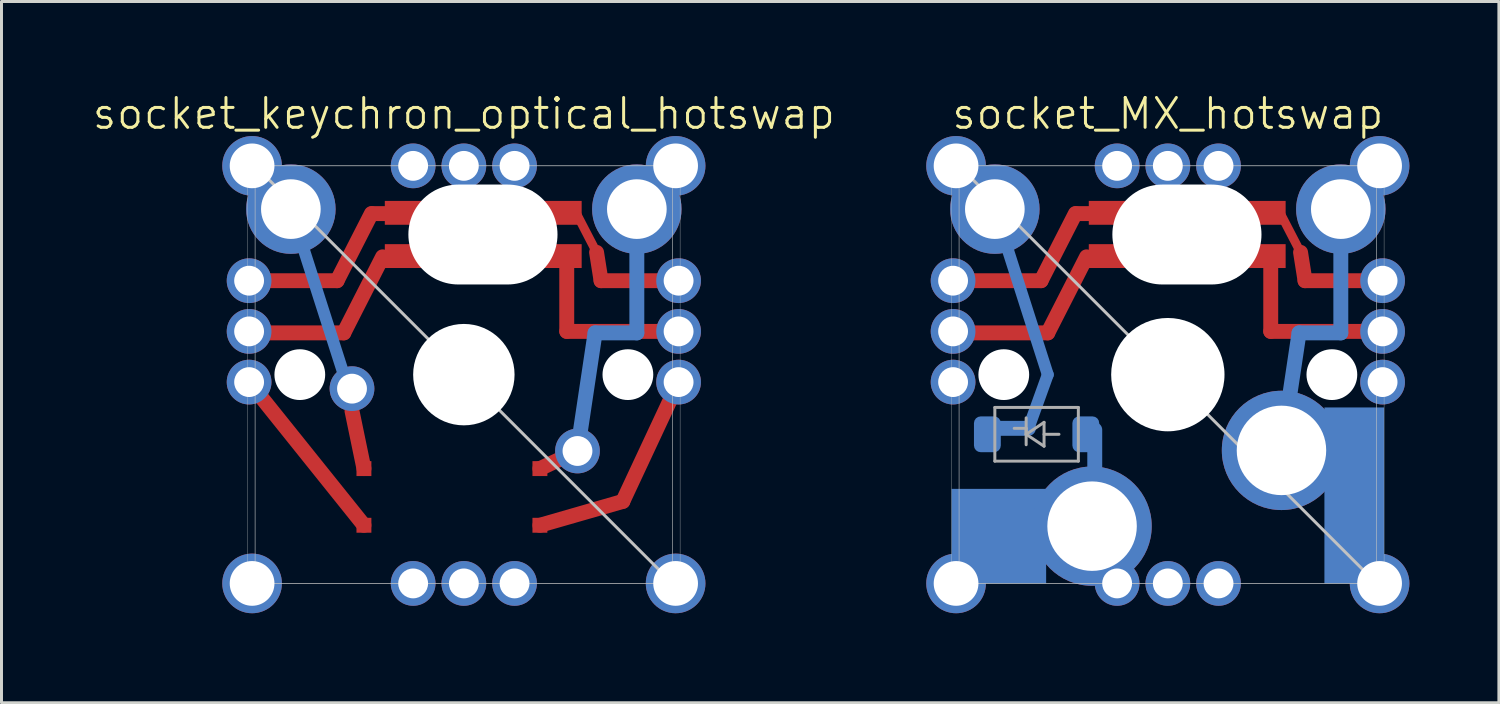
<source format=kicad_pcb>
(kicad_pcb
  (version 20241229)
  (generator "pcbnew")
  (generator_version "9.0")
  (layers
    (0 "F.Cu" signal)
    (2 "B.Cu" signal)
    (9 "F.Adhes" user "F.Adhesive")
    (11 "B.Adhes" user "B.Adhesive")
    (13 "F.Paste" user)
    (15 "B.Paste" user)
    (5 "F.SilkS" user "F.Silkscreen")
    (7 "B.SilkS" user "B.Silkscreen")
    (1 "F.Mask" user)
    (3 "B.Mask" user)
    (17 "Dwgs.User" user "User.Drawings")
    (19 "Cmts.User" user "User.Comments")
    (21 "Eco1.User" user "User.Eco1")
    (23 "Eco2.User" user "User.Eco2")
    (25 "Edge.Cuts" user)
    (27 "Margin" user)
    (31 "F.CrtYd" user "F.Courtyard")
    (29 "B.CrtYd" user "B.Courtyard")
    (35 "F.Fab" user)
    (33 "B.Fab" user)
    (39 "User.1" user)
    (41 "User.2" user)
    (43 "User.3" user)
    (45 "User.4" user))
  (footprint "socket_keychron_optical_hotswap"
    (layer "F.Cu")
    (at 12.502 9.511)
    (property "Reference" "socket_keychron_optical_hotswap" (at 0 -8.75 0) (unlocked yes) (layer "F.SilkS") (effects (font (size 1 1) (thickness 0.1))))
    (fp_line (start -4.25 -3.15) (end -6.775 -3.15) (stroke (width 0.5) (type default)) (layer "F.Cu"))
    (fp_line (start -4.025 -1.4) (end -6.9 -1.4) (stroke (width 0.5) (type default)) (layer "F.Cu"))
    (fp_line (start -3.35 3.15) (end -3.75 1.22) (stroke (width 0.5) (type default)) (layer "F.Cu"))
    (fp_line (start -3.35 5.05) (end -7.2 0.25) (stroke (width 0.5) (type default)) (layer "F.Cu"))
    (fp_line (start -3.1 -5.4) (end -4.25 -3.15) (stroke (width 0.5) (type default)) (layer "F.Cu"))
    (fp_line (start -2.725 -3.95) (end -4.025 -1.4) (stroke (width 0.5) (type default)) (layer "F.Cu"))
    (fp_line (start -2.425 -5.4) (end -3.075 -5.4) (stroke (width 0.5) (type default)) (layer "F.Cu"))
    (fp_line (start 2.55 3.15) (end 3.81 2.56) (stroke (width 0.5) (type default)) (layer "F.Cu"))
    (fp_line (start 2.55 5.05) (end 5.33 4.25) (stroke (width 0.5) (type solid)) (layer "F.Cu"))
    (fp_line (start 3.45 -1.45) (end 3.45 -3.9) (stroke (width 0.5) (type default)) (layer "F.Cu"))
    (fp_line (start 4.45 -4.1) (end 3.75 -5.45) (stroke (width 0.3) (type default)) (layer "F.Cu"))
    (fp_line (start 4.6 -3.15) (end 4.45 -4.1) (stroke (width 0.5) (type default)) (layer "F.Cu"))
    (fp_line (start 5.33 4.25) (end 7.2 0.25) (stroke (width 0.5) (type default)) (layer "F.Cu"))
    (fp_line (start 6.725 -3.15) (end 4.6 -3.15) (stroke (width 0.5) (type default)) (layer "F.Cu"))
    (fp_line (start 7.2 -1.45) (end 3.45 -1.45) (stroke (width 0.5) (type default)) (layer "F.Cu"))
    (fp_line (start -4.025 0) (end -5.8 -5.55) (stroke (width 0.4) (type default)) (layer "B.Cu"))
    (fp_line (start 4.4 -1.4) (end 3.81 2.54) (stroke (width 0.5) (type default)) (layer "B.Cu"))
    (fp_line (start 5.8 -5.55) (end 5.8 -1.4) (stroke (width 0.5) (type default)) (layer "B.Cu"))
    (fp_line (start 5.8 -1.4) (end 4.4 -1.4) (stroke (width 0.5) (type default)) (layer "B.Cu"))
    (fp_line (start -7 -7) (end 7 7) (stroke (width 0.1) (type default)) (layer "Dwgs.User"))
    (fp_line (start -6.999 -7) (end 7 -7) (stroke (width 0.02) (type solid)) (layer "Dwgs.User"))
    (fp_line (start -6.999 7) (end -6.999 -7) (stroke (width 0.02) (type solid)) (layer "Dwgs.User"))
    (fp_line (start 7 -7) (end 7 7) (stroke (width 0.02) (type solid)) (layer "Dwgs.User"))
    (fp_line (start 7 7) (end -6.999 7) (stroke (width 0.02) (type solid)) (layer "Dwgs.User"))
    (fp_line (start -6.9 6.9) (end 6.9 6.9) (stroke (width 0.15) (type solid)) (layer "Eco2.User"))
    (fp_line (start -1.776 -3.09) (end -1.776 -6.29) (stroke (width 0.15) (type solid)) (layer "Eco2.User"))
    (fp_line (start -1.776 -3.09) (end 3.05 -3.09) (stroke (width 0.15) (type solid)) (layer "Eco2.User"))
    (fp_line (start 3.05 -6.29) (end -1.776 -6.29) (stroke (width 0.15) (type solid)) (layer "Eco2.User"))
    (fp_line (start 3.05 -3.09) (end 3.05 -6.29) (stroke (width 0.15) (type solid)) (layer "Eco2.User"))
    (fp_line (start 6.9 -6.9) (end 6.9 6.9) (stroke (width 0.15) (type solid)) (layer "Eco2.User"))
    (fp_line (start -7.25 -6.7) (end -7.25 6.7) (stroke (width 0.01) (type default)) (layer "Edge.Cuts"))
    (fp_line (start -6.95 7) (end 6.95 7) (stroke (width 0.01) (type default)) (layer "Edge.Cuts"))
    (fp_line (start 6.95 -7) (end -6.95 -7) (stroke (width 0.01) (type default)) (layer "Edge.Cuts"))
    (fp_line (start 7.25 6.7) (end 7.25 -6.7) (stroke (width 0.01) (type default)) (layer "Edge.Cuts"))
    (fp_arc (start -7.25 6.7) (mid -7.037868 6.787868) (end -6.95 7) (stroke (width 0.01) (type default)) (layer "Edge.Cuts"))
    (fp_arc (start -6.95 -7) (mid -7.037868 -6.787868) (end -7.25 -6.7) (stroke (width 0.01) (type default)) (layer "Edge.Cuts"))
    (fp_arc (start 6.95 7) (mid 7.037868 6.787868) (end 7.25 6.7) (stroke (width 0.01) (type default)) (layer "Edge.Cuts"))
    (fp_arc (start 7.25 -6.7) (mid 7.037868 -6.787868) (end 6.95 -7) (stroke (width 0.01) (type default)) (layer "Edge.Cuts"))
    (fp_line (start -0.95 -6.1) (end 2.25 -6.1) (stroke (width 0.127) (type solid)) (layer "F.Fab"))
    (fp_line (start -0.95 -3.3) (end -0.95 -6.1) (stroke (width 0.127) (type solid)) (layer "F.Fab"))
    (fp_line (start 2.25 -6.1) (end 2.25 -3.3) (stroke (width 0.127) (type solid)) (layer "F.Fab"))
    (fp_line (start 2.25 -3.3) (end -0.95 -3.3) (stroke (width 0.127) (type solid)) (layer "F.Fab"))
    (pad "" thru_hole circle (at -7.2 0.25) (size 1.5 1.5) (drill 1) (layers "*.Cu" "*.Mask"))
    (pad "" thru_hole circle (at -7.1 7 90) (size 2 2) (drill 1.5) (layers "*.Cu" "*.Mask"))
    (pad "" thru_hole circle (at -5.8 -5.55) (size 3 3) (drill 2) (layers "*.Cu" "*.Mask"))
    (pad "" np_thru_hole circle (at -5.5 0 180) (size 1.702 1.702) (drill 1.702) (layers "*.Cu" "*.Mask"))
    (pad "" thru_hole circle (at -3.75 0.47 90) (size 1.5 1.5) (drill 1) (layers "*.Cu" "*.Mask"))
    (pad "" smd rect (at -3.35 3.15) (size 0.5 0.5) (layers "F.Cu" "F.Mask" "F.Paste"))
    (pad "" smd rect (at -3.35 5.05) (size 0.5 0.5) (layers "F.Cu" "F.Mask" "F.Paste"))
    (pad "" smd rect (at -1.95 -5.425) (size 1.4 0.8) (layers "*.Paste" "*.Mask" "F.Cu"))
    (pad "" smd rect (at -1.95 -3.975) (size 1.4 0.8) (layers "*.Paste" "*.Mask" "F.Cu"))
    (pad "" thru_hole circle (at -1.7 -7 90) (size 1.5 1.5) (drill 1) (layers "*.Cu" "*.Mask"))
    (pad "" thru_hole circle (at -1.7 7 90) (size 1.5 1.5) (drill 1) (layers "*.Cu" "*.Mask"))
    (pad "" thru_hole circle (at 0 -7 90) (size 1.5 1.5) (drill 1) (layers "*.Cu" "*.Mask"))
    (pad "" np_thru_hole circle (at 0 0) (size 3.4 3.4) (drill 3.4) (layers "*.Cu" "*.Mask"))
    (pad "" thru_hole circle (at 0 7 90) (size 1.5 1.5) (drill 1) (layers "*.Cu" "*.Mask"))
    (pad "" np_thru_hole oval (at 0.64 -4.698 180) (size 5 3.35) (drill oval 5 3.35) (layers "*.Cu" "*.Mask"))
    (pad "" np_thru_hole circle (at 0.65 -4.7) (size 3.3 3.3) (drill 3.3) (layers "*.Cu" "*.Mask"))
    (pad "" thru_hole circle (at 1.7 -7 90) (size 1.5 1.5) (drill 1) (layers "*.Cu" "*.Mask"))
    (pad "" thru_hole circle (at 1.7 7 90) (size 1.5 1.5) (drill 1) (layers "*.Cu" "*.Mask"))
    (pad "" smd rect (at 2.55 3.15) (size 0.5 0.5) (layers "F.Cu" "F.Mask" "F.Paste"))
    (pad "" smd rect (at 2.55 5.05) (size 0.5 0.5) (layers "F.Cu" "F.Mask" "F.Paste"))
    (pad "" smd rect (at 3.25 -5.425) (size 1.4 0.8) (layers "*.Paste" "*.Mask" "F.Cu"))
    (pad "" smd rect (at 3.25 -3.975) (size 1.4 0.8) (layers "*.Paste" "*.Mask" "F.Cu"))
    (pad "" thru_hole circle (at 3.81 2.56) (size 1.5 1.5) (drill 1) (layers "*.Cu" "*.Mask"))
    (pad "" np_thru_hole circle (at 5.5 0 180) (size 1.702 1.702) (drill 1.702) (layers "*.Cu" "*.Mask"))
    (pad "" thru_hole circle (at 5.8 -5.55) (size 3 3) (drill 2) (layers "*.Cu" "*.Mask"))
    (pad "" thru_hole circle (at 7.1 7 90) (size 2 2) (drill 1.5) (layers "*.Cu" "*.Mask"))
    (pad "" thru_hole circle (at 7.2 0.25) (size 1.5 1.5) (drill 1) (layers "*.Cu" "*.Mask"))
    (pad "1" thru_hole circle (at -7.1 -7) (size 2 2) (drill 1.5) (layers "*.Cu" "*.Mask"))
    (pad "2" thru_hole circle (at 7.1 -7) (size 2 2) (drill 1.5) (layers "*.Cu" "*.Mask"))
    (pad "3" thru_hole circle (at 7.2 -3.15) (size 1.5 1.5) (drill 1) (layers "*.Cu" "*.Mask"))
    (pad "4" thru_hole circle (at -7.2 -3.15) (size 1.5 1.5) (drill 1) (layers "*.Cu" "*.Mask"))
    (pad "5" thru_hole circle (at -7.2 -1.45) (size 1.5 1.5) (drill 1) (layers "*.Cu" "*.Mask"))
    (pad "6" thru_hole circle (at 7.2 -1.45) (size 1.5 1.5) (drill 1) (layers "*.Cu" "*.Mask")))
  (footprint "socket_MX_hotswap"
    (layer "F.Cu")
    (at 36.105 9.511)
    (property "Reference" "socket_MX_hotswap" (at 0 -8.75 0) (unlocked yes) (layer "F.SilkS") (effects (font (size 1 1) (thickness 0.1))))
    (fp_line (start -4.25 -3.15) (end -6.775 -3.15) (stroke (width 0.5) (type default)) (layer "F.Cu"))
    (fp_line (start -4.025 -1.4) (end -6.9 -1.4) (stroke (width 0.5) (type default)) (layer "F.Cu"))
    (fp_line (start -3.1 -5.4) (end -4.25 -3.15) (stroke (width 0.5) (type default)) (layer "F.Cu"))
    (fp_line (start -2.725 -3.95) (end -4.025 -1.4) (stroke (width 0.5) (type default)) (layer "F.Cu"))
    (fp_line (start -2.425 -5.4) (end -3.075 -5.4) (stroke (width 0.5) (type default)) (layer "F.Cu"))
    (fp_line (start 3.45 -1.45) (end 3.45 -3.9) (stroke (width 0.5) (type default)) (layer "F.Cu"))
    (fp_line (start 4.45 -4.1) (end 3.75 -5.45) (stroke (width 0.3) (type default)) (layer "F.Cu"))
    (fp_line (start 4.6 -3.15) (end 4.45 -4.1) (stroke (width 0.5) (type default)) (layer "F.Cu"))
    (fp_line (start 6.725 -3.15) (end 4.6 -3.15) (stroke (width 0.5) (type default)) (layer "F.Cu"))
    (fp_line (start 7.2 -1.45) (end 3.45 -1.45) (stroke (width 0.5) (type default)) (layer "F.Cu"))
    (fp_line (start -4.675 1.8) (end -6.05 1.8) (stroke (width 0.5) (type default)) (layer "B.Cu"))
    (fp_line (start -4.675 1.8) (end -4.025 0) (stroke (width 0.4) (type default)) (layer "B.Cu"))
    (fp_line (start -4.025 0) (end -5.8 -5.55) (stroke (width 0.4) (type default)) (layer "B.Cu"))
    (fp_line (start -2.45 1.85) (end -2.45 3.3) (stroke (width 0.5) (type default)) (layer "B.Cu"))
    (fp_line (start 4.4 -1.4) (end 3.81 2.54) (stroke (width 0.5) (type default)) (layer "B.Cu"))
    (fp_line (start 5.8 -5.55) (end 5.8 -1.4) (stroke (width 0.5) (type default)) (layer "B.Cu"))
    (fp_line (start 5.8 -1.4) (end 4.4 -1.4) (stroke (width 0.5) (type default)) (layer "B.Cu"))
    (fp_line (start -7 -7) (end 7 7) (stroke (width 0.1) (type default)) (layer "Dwgs.User"))
    (fp_line (start -6.999 -7) (end 7 -7) (stroke (width 0.02) (type solid)) (layer "Dwgs.User"))
    (fp_line (start -6.999 7) (end -6.999 -7) (stroke (width 0.02) (type solid)) (layer "Dwgs.User"))
    (fp_line (start 7 -7) (end 7 7) (stroke (width 0.02) (type solid)) (layer "Dwgs.User"))
    (fp_line (start 7 7) (end -6.999 7) (stroke (width 0.02) (type solid)) (layer "Dwgs.User"))
    (fp_line (start -6.9 6.9) (end 6.9 6.9) (stroke (width 0.15) (type solid)) (layer "Eco2.User"))
    (fp_line (start -1.776 -3.09) (end -1.776 -6.29) (stroke (width 0.15) (type solid)) (layer "Eco2.User"))
    (fp_line (start -1.776 -3.09) (end 3.05 -3.09) (stroke (width 0.15) (type solid)) (layer "Eco2.User"))
    (fp_line (start 3.05 -6.29) (end -1.776 -6.29) (stroke (width 0.15) (type solid)) (layer "Eco2.User"))
    (fp_line (start 3.05 -3.09) (end 3.05 -6.29) (stroke (width 0.15) (type solid)) (layer "Eco2.User"))
    (fp_line (start 6.9 -6.9) (end 6.9 6.9) (stroke (width 0.15) (type solid)) (layer "Eco2.User"))
    (fp_line (start -7.25 -6.7) (end -7.25 6.7) (stroke (width 0.01) (type default)) (layer "Edge.Cuts"))
    (fp_line (start -6.95 7) (end 6.95 7) (stroke (width 0.01) (type default)) (layer "Edge.Cuts"))
    (fp_line (start 6.95 -7) (end -6.95 -7) (stroke (width 0.01) (type default)) (layer "Edge.Cuts"))
    (fp_line (start 7.25 6.7) (end 7.25 -6.7) (stroke (width 0.01) (type default)) (layer "Edge.Cuts"))
    (fp_arc (start -7.25 6.7) (mid -7.037868 6.787868) (end -6.95 7) (stroke (width 0.01) (type default)) (layer "Edge.Cuts"))
    (fp_arc (start -6.95 -7) (mid -7.037868 -6.787868) (end -7.25 -6.7) (stroke (width 0.01) (type default)) (layer "Edge.Cuts"))
    (fp_arc (start 6.95 7) (mid 7.037868 6.787868) (end 7.25 6.7) (stroke (width 0.01) (type default)) (layer "Edge.Cuts"))
    (fp_arc (start 7.25 -6.7) (mid 7.037868 -6.787868) (end 6.95 -7) (stroke (width 0.01) (type default)) (layer "Edge.Cuts"))
    (fp_line (start -5.8 1.1) (end -3 1.1) (stroke (width 0.1) (type solid)) (layer "F.Fab"))
    (fp_line (start -5.8 2.9) (end -5.8 1.1) (stroke (width 0.1) (type solid)) (layer "F.Fab"))
    (fp_line (start -5.15 1.8) (end -4.75 1.8) (stroke (width 0.1) (type solid)) (layer "F.Fab"))
    (fp_line (start -4.75 1.8) (end -4.75 2.35) (stroke (width 0.1) (type solid)) (layer "F.Fab"))
    (fp_line (start -4.75 2) (end -4.75 1.45) (stroke (width 0.1) (type solid)) (layer "F.Fab"))
    (fp_line (start -4.75 2) (end -4.15 1.6) (stroke (width 0.1) (type solid)) (layer "F.Fab"))
    (fp_line (start -4.15 1.6) (end -4.15 2.4) (stroke (width 0.1) (type solid)) (layer "F.Fab"))
    (fp_line (start -4.15 2) (end -3.65 2) (stroke (width 0.1) (type solid)) (layer "F.Fab"))
    (fp_line (start -4.15 2.4) (end -4.75 2) (stroke (width 0.1) (type solid)) (layer "F.Fab"))
    (fp_line (start -3 1.1) (end -3 2.9) (stroke (width 0.1) (type solid)) (layer "F.Fab"))
    (fp_line (start -3 2.9) (end -5.8 2.9) (stroke (width 0.1) (type solid)) (layer "F.Fab"))
    (fp_line (start -0.95 -6.1) (end 2.25 -6.1) (stroke (width 0.127) (type solid)) (layer "F.Fab"))
    (fp_line (start -0.95 -3.3) (end -0.95 -6.1) (stroke (width 0.127) (type solid)) (layer "F.Fab"))
    (fp_line (start 2.25 -6.1) (end 2.25 -3.3) (stroke (width 0.127) (type solid)) (layer "F.Fab"))
    (fp_line (start 2.25 -3.3) (end -0.95 -3.3) (stroke (width 0.127) (type solid)) (layer "F.Fab"))
    (pad "" thru_hole circle (at -7.2 0.25) (size 1.5 1.5) (drill 1) (layers "*.Cu" "*.Mask"))
    (pad "" thru_hole circle (at -7.1 7 90) (size 2 2) (drill 1.5) (layers "*.Cu" "*.Mask"))
    (pad "" smd roundrect (at -6.05 2) (size 0.9 1.2) (layers "B.Cu" "B.Mask" "B.Paste") (roundrect_rratio 0.25))
    (pad "" thru_hole circle (at -5.8 -5.55) (size 3 3) (drill 2) (layers "*.Cu" "*.Mask"))
    (pad "" smd rect (at -5.665 5.415) (size 3.17 3.17) (layers "B.Cu" "B.Mask" "B.Paste"))
    (pad "" np_thru_hole circle (at -5.5 0 180) (size 1.702 1.702) (drill 1.702) (layers "*.Cu" "*.Mask"))
    (pad "" smd roundrect (at -2.75 2) (size 0.9 1.2) (layers "B.Cu" "B.Mask" "B.Paste") (roundrect_rratio 0.25))
    (pad "" thru_hole circle (at -2.54 5.08) (size 4 4) (drill 3) (layers "*.Cu" "*.Mask"))
    (pad "" smd rect (at -1.95 -5.425) (size 1.4 0.8) (layers "*.Paste" "*.Mask" "F.Cu"))
    (pad "" smd rect (at -1.95 -3.975) (size 1.4 0.8) (layers "*.Paste" "*.Mask" "F.Cu"))
    (pad "" thru_hole circle (at -1.7 -7 90) (size 1.5 1.5) (drill 1) (layers "*.Cu" "*.Mask"))
    (pad "" thru_hole circle (at -1.7 7 90) (size 1.5 1.5) (drill 1) (layers "*.Cu" "*.Mask"))
    (pad "" thru_hole circle (at 0 -7 90) (size 1.5 1.5) (drill 1) (layers "*.Cu" "*.Mask"))
    (pad "" np_thru_hole circle (at 0 0) (size 3.8 3.8) (drill 3.8) (layers "*.Cu" "*.Mask"))
    (pad "" thru_hole circle (at 0 7 90) (size 1.5 1.5) (drill 1) (layers "*.Cu" "*.Mask"))
    (pad "" np_thru_hole oval (at 0.64 -4.698 180) (size 5 3.35) (drill oval 5 3.35) (layers "*.Cu" "*.Mask"))
    (pad "" np_thru_hole circle (at 0.65 -4.7) (size 3.3 3.3) (drill 3.3) (layers "*.Cu" "*.Mask"))
    (pad "" thru_hole circle (at 1.7 -7 90) (size 1.5 1.5) (drill 1) (layers "*.Cu" "*.Mask"))
    (pad "" thru_hole circle (at 1.7 7 90) (size 1.5 1.5) (drill 1) (layers "*.Cu" "*.Mask"))
    (pad "" smd rect (at 3.25 -5.425) (size 1.4 0.8) (layers "*.Paste" "*.Mask" "F.Cu"))
    (pad "" smd rect (at 3.25 -3.975) (size 1.4 0.8) (layers "*.Paste" "*.Mask" "F.Cu"))
    (pad "" thru_hole circle (at 3.81 2.54) (size 4 4) (drill 3) (layers "*.Cu" "*.Mask"))
    (pad "" np_thru_hole circle (at 5.5 0 180) (size 1.702 1.702) (drill 1.702) (layers "*.Cu" "*.Mask"))
    (pad "" thru_hole circle (at 5.8 -5.55) (size 3 3) (drill 2) (layers "*.Cu" "*.Mask"))
    (pad "" smd rect (at 6.25 4.05) (size 2 5.9) (layers "B.Cu" "B.Mask" "B.Paste"))
    (pad "" thru_hole circle (at 7.1 7 90) (size 2 2) (drill 1.5) (layers "*.Cu" "*.Mask"))
    (pad "" thru_hole circle (at 7.2 0.25) (size 1.5 1.5) (drill 1) (layers "*.Cu" "*.Mask"))
    (pad "1" thru_hole circle (at -7.1 -7) (size 2 2) (drill 1.5) (layers "*.Cu" "*.Mask"))
    (pad "2" thru_hole circle (at 7.1 -7) (size 2 2) (drill 1.5) (layers "*.Cu" "*.Mask"))
    (pad "3" thru_hole circle (at 7.2 -3.15) (size 1.5 1.5) (drill 1) (layers "*.Cu" "*.Mask"))
    (pad "4" thru_hole circle (at -7.2 -3.15) (size 1.5 1.5) (drill 1) (layers "*.Cu" "*.Mask"))
    (pad "5" thru_hole circle (at -7.2 -1.45) (size 1.5 1.5) (drill 1) (layers "*.Cu" "*.Mask"))
    (pad "6" thru_hole circle (at 7.2 -1.45) (size 1.5 1.5) (drill 1) (layers "*.Cu" "*.Mask")))
  (gr_rect
    (start -3 -3)
    (end 47.205 20.511)
    (stroke (width 0.1) (type default))
    (fill no)
    (layer "Edge.Cuts")))
</source>
